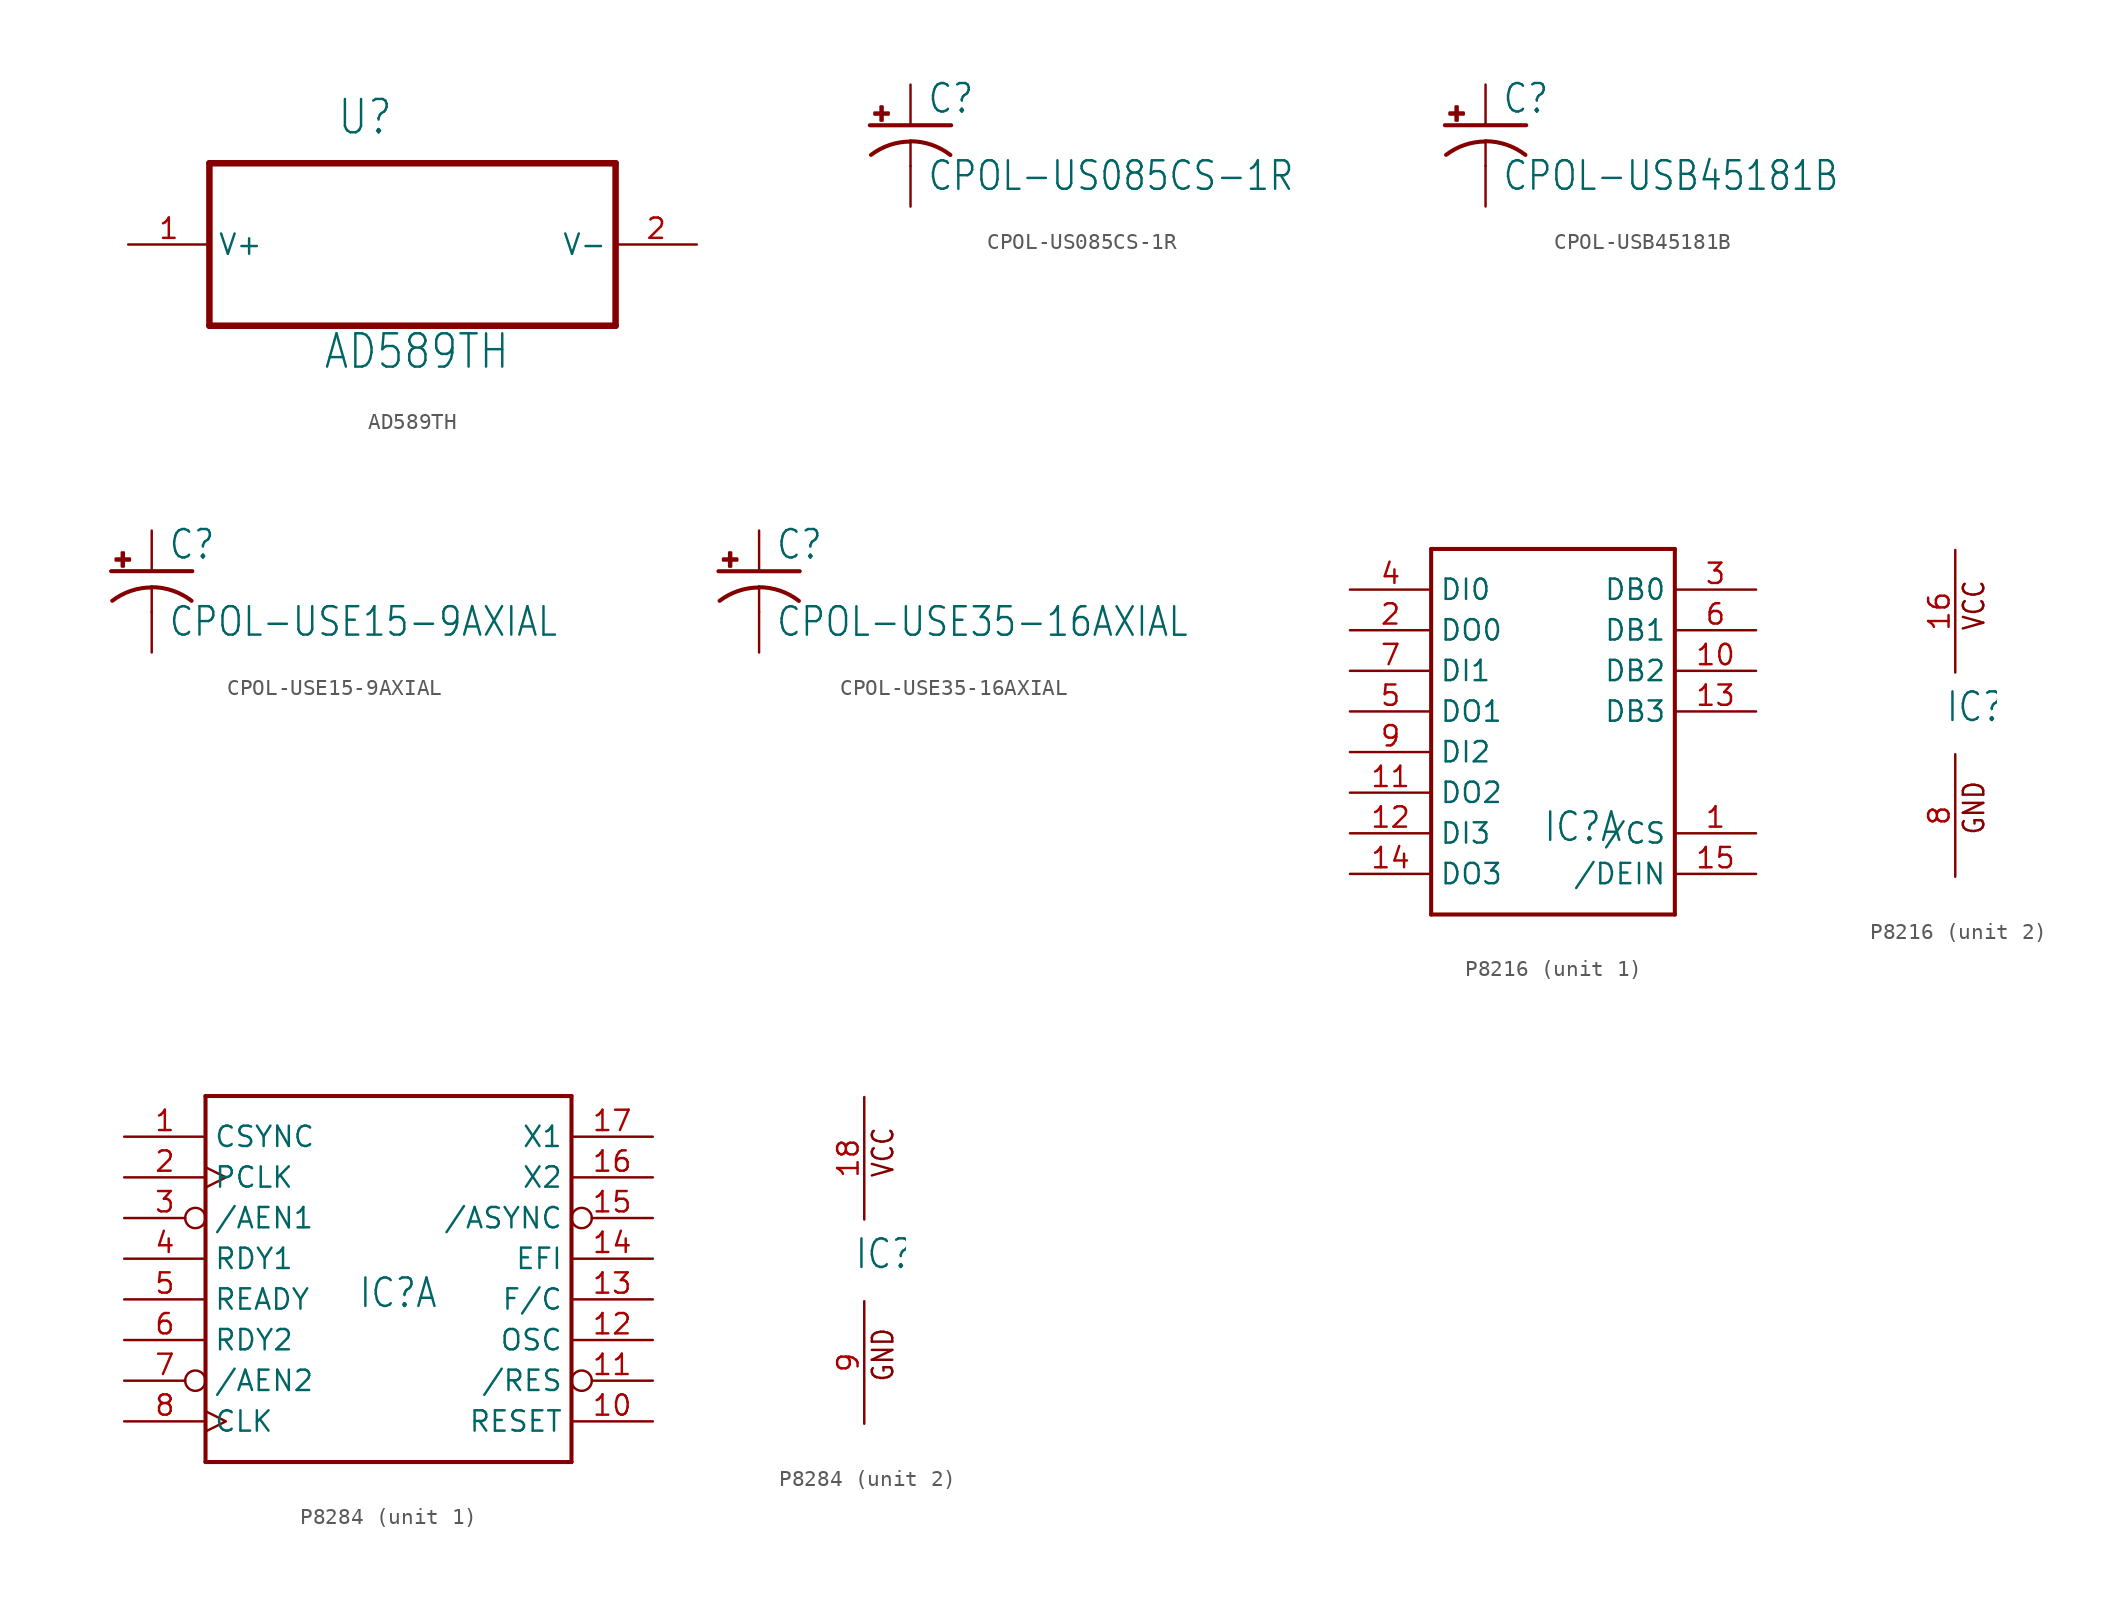
<source format=kicad_sym>
(kicad_symbol_lib
  (version 20211014)
  (generator kicad_symbol_editor)
  (symbol "AD589TH"
    (property "Reference" "U"
      (at -4.75 4.216 0)
      (effects (font (size 2.083 1.77)) (justify left bottom)))
    (property "Value" "AD589TH"
      (at -5.613 -10.439 0)
      (effects (font (size 2.083 1.77)) (justify left bottom)))
    (property "ki_locked" ""
      (at 0 0 0)
      (effects (font (size 1.27 1.27))))
    (symbol "AD589TH_1_0"
      (polyline (pts (xy -12.7 -7.62) (xy 12.7 -7.62)) (stroke (width 0.406) (type default) (color 0 0 0 0)) (fill (type none)))
      (polyline (pts (xy -12.7 2.54) (xy -12.7 -7.62)) (stroke (width 0.406) (type default) (color 0 0 0 0)) (fill (type none)))
      (polyline (pts (xy 12.7 -7.62) (xy 12.7 2.54)) (stroke (width 0.406) (type default) (color 0 0 0 0)) (fill (type none)))
      (polyline (pts (xy 12.7 2.54) (xy -12.7 2.54)) (stroke (width 0.406) (type default) (color 0 0 0 0)) (fill (type none)))
      (pin passive line (at -17.78 -2.54 0) (length 5.08) (name "V+" (effects (font (size 1.27 1.27)))) (number "1" (effects (font (size 1.27 1.27)))))
      (pin passive line (at 17.78 -2.54 180) (length 5.08) (name "V-" (effects (font (size 1.27 1.27)))) (number "2" (effects (font (size 1.27 1.27)))))))
  (symbol "CPOL-US085CS-1R"
    (property "Reference" "C"
      (at 1.016 0.635 0)
      (effects (font (size 1.778 1.511)) (justify left bottom)))
    (property "Value" "CPOL-US085CS-1R"
      (at 1.016 -4.191 0)
      (effects (font (size 1.778 1.511)) (justify left bottom)))
    (property "ki_locked" ""
      (at 0 0 0)
      (effects (font (size 1.27 1.27))))
    (symbol "CPOL-US085CS-1R_1_0"
      (rectangle (start -2.253 0.668) (end -1.364 0.795) (stroke (width 0) (type default) (color 0 0 0 0)) (fill (type outline)))
      (rectangle (start -1.872 0.287) (end -1.745 1.176) (stroke (width 0) (type default) (color 0 0 0 0)) (fill (type outline)))
      (arc (start 0 -1.0161) (mid -1.3021 -1.2302) (end -2.4669 -1.8504) (stroke (width 0.254) (type default) (color 0 0 0 0)) (fill (type none)))
      (polyline (pts (xy -2.54 0) (xy 2.54 0)) (stroke (width 0.254) (type default) (color 0 0 0 0)) (fill (type none)))
      (polyline (pts (xy 0 -1.016) (xy 0 -2.54)) (stroke (width 0.152) (type default) (color 0 0 0 0)) (fill (type none)))
      (arc (start 2.4892 -1.8542) (mid 1.3158 -1.2195) (end 0 -1) (stroke (width 0.254) (type default) (color 0 0 0 0)) (fill (type none)))
      (pin passive line (at 0 2.54 270) (length 2.54) (name "+" (effects (font (size 0 0)))) (number "+" (effects (font (size 0 0)))))
      (pin passive line (at 0 -5.08 90) (length 2.54) (name "-" (effects (font (size 0 0)))) (number "-" (effects (font (size 0 0)))))))
  (symbol "CPOL-USB45181B"
    (property "Reference" "C"
      (at 1.016 0.635 0)
      (effects (font (size 1.778 1.511)) (justify left bottom)))
    (property "Value" "CPOL-USB45181B"
      (at 1.016 -4.191 0)
      (effects (font (size 1.778 1.511)) (justify left bottom)))
    (property "ki_locked" ""
      (at 0 0 0)
      (effects (font (size 1.27 1.27))))
    (symbol "CPOL-USB45181B_1_0"
      (rectangle (start -2.253 0.668) (end -1.364 0.795) (stroke (width 0) (type default) (color 0 0 0 0)) (fill (type outline)))
      (rectangle (start -1.872 0.287) (end -1.745 1.176) (stroke (width 0) (type default) (color 0 0 0 0)) (fill (type outline)))
      (arc (start 0 -1.0161) (mid -1.3021 -1.2302) (end -2.4669 -1.8504) (stroke (width 0.254) (type default) (color 0 0 0 0)) (fill (type none)))
      (polyline (pts (xy -2.54 0) (xy 2.54 0)) (stroke (width 0.254) (type default) (color 0 0 0 0)) (fill (type none)))
      (polyline (pts (xy 0 -1.016) (xy 0 -2.54)) (stroke (width 0.152) (type default) (color 0 0 0 0)) (fill (type none)))
      (arc (start 2.4892 -1.8542) (mid 1.3158 -1.2195) (end 0 -1) (stroke (width 0.254) (type default) (color 0 0 0 0)) (fill (type none)))
      (pin passive line (at 0 2.54 270) (length 2.54) (name "+" (effects (font (size 0 0)))) (number "+" (effects (font (size 0 0)))))
      (pin passive line (at 0 -5.08 90) (length 2.54) (name "-" (effects (font (size 0 0)))) (number "-" (effects (font (size 0 0)))))))
  (symbol "CPOL-USE15-9AXIAL"
    (property "Reference" "C"
      (at 1.016 0.635 0)
      (effects (font (size 1.778 1.511)) (justify left bottom)))
    (property "Value" "CPOL-USE15-9AXIAL"
      (at 1.016 -4.191 0)
      (effects (font (size 1.778 1.511)) (justify left bottom)))
    (property "ki_locked" ""
      (at 0 0 0)
      (effects (font (size 1.27 1.27))))
    (symbol "CPOL-USE15-9AXIAL_1_0"
      (rectangle (start -2.253 0.668) (end -1.364 0.795) (stroke (width 0) (type default) (color 0 0 0 0)) (fill (type outline)))
      (rectangle (start -1.872 0.287) (end -1.745 1.176) (stroke (width 0) (type default) (color 0 0 0 0)) (fill (type outline)))
      (arc (start 0 -1.0161) (mid -1.3021 -1.2302) (end -2.4669 -1.8504) (stroke (width 0.254) (type default) (color 0 0 0 0)) (fill (type none)))
      (polyline (pts (xy -2.54 0) (xy 2.54 0)) (stroke (width 0.254) (type default) (color 0 0 0 0)) (fill (type none)))
      (polyline (pts (xy 0 -1.016) (xy 0 -2.54)) (stroke (width 0.152) (type default) (color 0 0 0 0)) (fill (type none)))
      (arc (start 2.4892 -1.8542) (mid 1.3158 -1.2195) (end 0 -1) (stroke (width 0.254) (type default) (color 0 0 0 0)) (fill (type none)))
      (pin passive line (at 0 2.54 270) (length 2.54) (name "+" (effects (font (size 0 0)))) (number "+" (effects (font (size 0 0)))))
      (pin passive line (at 0 -5.08 90) (length 2.54) (name "-" (effects (font (size 0 0)))) (number "-" (effects (font (size 0 0)))))))
  (symbol "CPOL-USE35-16AXIAL"
    (property "Reference" "C"
      (at 1.016 0.635 0)
      (effects (font (size 1.778 1.511)) (justify left bottom)))
    (property "Value" "CPOL-USE35-16AXIAL"
      (at 1.016 -4.191 0)
      (effects (font (size 1.778 1.511)) (justify left bottom)))
    (property "ki_locked" ""
      (at 0 0 0)
      (effects (font (size 1.27 1.27))))
    (symbol "CPOL-USE35-16AXIAL_1_0"
      (rectangle (start -2.253 0.668) (end -1.364 0.795) (stroke (width 0) (type default) (color 0 0 0 0)) (fill (type outline)))
      (rectangle (start -1.872 0.287) (end -1.745 1.176) (stroke (width 0) (type default) (color 0 0 0 0)) (fill (type outline)))
      (arc (start 0 -1.0161) (mid -1.3021 -1.2302) (end -2.4669 -1.8504) (stroke (width 0.254) (type default) (color 0 0 0 0)) (fill (type none)))
      (polyline (pts (xy -2.54 0) (xy 2.54 0)) (stroke (width 0.254) (type default) (color 0 0 0 0)) (fill (type none)))
      (polyline (pts (xy 0 -1.016) (xy 0 -2.54)) (stroke (width 0.152) (type default) (color 0 0 0 0)) (fill (type none)))
      (arc (start 2.4892 -1.8542) (mid 1.3158 -1.2195) (end 0 -1) (stroke (width 0.254) (type default) (color 0 0 0 0)) (fill (type none)))
      (pin passive line (at 0 2.54 270) (length 2.54) (name "+" (effects (font (size 0 0)))) (number "+" (effects (font (size 0 0)))))
      (pin passive line (at 0 -5.08 90) (length 2.54) (name "-" (effects (font (size 0 0)))) (number "-" (effects (font (size 0 0)))))))
  (symbol "P8216"
    (property "Reference" "IC"
      (at -0.635 -0.635 0)
      (effects (font (size 1.778 1.511)) (justify left bottom)))
    (property "ki_locked" ""
      (at 0 0 0)
      (effects (font (size 1.27 1.27))))
    (symbol "P8216_1_0"
      (polyline (pts (xy -7.62 -5.08) (xy 7.62 -5.08)) (stroke (width 0.254) (type default) (color 0 0 0 0)) (fill (type none)))
      (polyline (pts (xy -7.62 17.78) (xy -7.62 -5.08)) (stroke (width 0.254) (type default) (color 0 0 0 0)) (fill (type none)))
      (polyline (pts (xy 7.62 -5.08) (xy 7.62 17.78)) (stroke (width 0.254) (type default) (color 0 0 0 0)) (fill (type none)))
      (polyline (pts (xy 7.62 17.78) (xy -7.62 17.78)) (stroke (width 0.254) (type default) (color 0 0 0 0)) (fill (type none)))
      (pin bidirectional line (at 12.7 0 180) (length 5.08) (name "/CS" (effects (font (size 1.27 1.27)))) (number "1" (effects (font (size 1.27 1.27)))))
      (pin bidirectional line (at 12.7 10.16 180) (length 5.08) (name "DB2" (effects (font (size 1.27 1.27)))) (number "10" (effects (font (size 1.27 1.27)))))
      (pin bidirectional line (at -12.7 2.54 0) (length 5.08) (name "DO2" (effects (font (size 1.27 1.27)))) (number "11" (effects (font (size 1.27 1.27)))))
      (pin bidirectional line (at -12.7 0 0) (length 5.08) (name "DI3" (effects (font (size 1.27 1.27)))) (number "12" (effects (font (size 1.27 1.27)))))
      (pin bidirectional line (at 12.7 7.62 180) (length 5.08) (name "DB3" (effects (font (size 1.27 1.27)))) (number "13" (effects (font (size 1.27 1.27)))))
      (pin bidirectional line (at -12.7 -2.54 0) (length 5.08) (name "DO3" (effects (font (size 1.27 1.27)))) (number "14" (effects (font (size 1.27 1.27)))))
      (pin bidirectional line (at 12.7 -2.54 180) (length 5.08) (name "/DEIN" (effects (font (size 1.27 1.27)))) (number "15" (effects (font (size 1.27 1.27)))))
      (pin bidirectional line (at -12.7 12.7 0) (length 5.08) (name "DO0" (effects (font (size 1.27 1.27)))) (number "2" (effects (font (size 1.27 1.27)))))
      (pin bidirectional line (at 12.7 15.24 180) (length 5.08) (name "DB0" (effects (font (size 1.27 1.27)))) (number "3" (effects (font (size 1.27 1.27)))))
      (pin bidirectional line (at -12.7 15.24 0) (length 5.08) (name "DI0" (effects (font (size 1.27 1.27)))) (number "4" (effects (font (size 1.27 1.27)))))
      (pin bidirectional line (at -12.7 7.62 0) (length 5.08) (name "DO1" (effects (font (size 1.27 1.27)))) (number "5" (effects (font (size 1.27 1.27)))))
      (pin bidirectional line (at 12.7 12.7 180) (length 5.08) (name "DB1" (effects (font (size 1.27 1.27)))) (number "6" (effects (font (size 1.27 1.27)))))
      (pin bidirectional line (at -12.7 10.16 0) (length 5.08) (name "DI1" (effects (font (size 1.27 1.27)))) (number "7" (effects (font (size 1.27 1.27)))))
      (pin bidirectional line (at -12.7 5.08 0) (length 5.08) (name "DI2" (effects (font (size 1.27 1.27)))) (number "9" (effects (font (size 1.27 1.27))))))
    (symbol "P8216_2_0"
      (text "GND" (at 1.905 -7.62 900) (effects (font (size 1.27 1.079)) (justify left bottom)))
      (text "VCC" (at 1.905 5.08 900) (effects (font (size 1.27 1.079)) (justify left bottom)))
      (pin power_in line (at 0 10.16 270) (length 7.62) (name "VCC" (effects (font (size 0 0)))) (number "16" (effects (font (size 1.27 1.27)))))
      (pin power_in line (at 0 -10.16 90) (length 7.62) (name "GND" (effects (font (size 0 0)))) (number "8" (effects (font (size 1.27 1.27)))))))
  (symbol "P8284"
    (property "Reference" "IC"
      (at -0.635 -0.635 0)
      (effects (font (size 1.778 1.511)) (justify left bottom)))
    (property "ki_locked" ""
      (at 0 0 0)
      (effects (font (size 1.27 1.27))))
    (symbol "P8284_1_0"
      (polyline (pts (xy -10.16 -10.16) (xy 12.7 -10.16)) (stroke (width 0.254) (type default) (color 0 0 0 0)) (fill (type none)))
      (polyline (pts (xy -10.16 12.7) (xy -10.16 -10.16)) (stroke (width 0.254) (type default) (color 0 0 0 0)) (fill (type none)))
      (polyline (pts (xy 12.7 -10.16) (xy 12.7 12.7)) (stroke (width 0.254) (type default) (color 0 0 0 0)) (fill (type none)))
      (polyline (pts (xy 12.7 12.7) (xy -10.16 12.7)) (stroke (width 0.254) (type default) (color 0 0 0 0)) (fill (type none)))
      (pin bidirectional line (at -15.24 10.16 0) (length 5.08) (name "CSYNC" (effects (font (size 1.27 1.27)))) (number "1" (effects (font (size 1.27 1.27)))))
      (pin bidirectional line (at 17.78 -7.62 180) (length 5.08) (name "RESET" (effects (font (size 1.27 1.27)))) (number "10" (effects (font (size 1.27 1.27)))))
      (pin bidirectional inverted (at 17.78 -5.08 180) (length 5.08) (name "/RES" (effects (font (size 1.27 1.27)))) (number "11" (effects (font (size 1.27 1.27)))))
      (pin bidirectional line (at 17.78 -2.54 180) (length 5.08) (name "OSC" (effects (font (size 1.27 1.27)))) (number "12" (effects (font (size 1.27 1.27)))))
      (pin bidirectional line (at 17.78 0 180) (length 5.08) (name "F/C" (effects (font (size 1.27 1.27)))) (number "13" (effects (font (size 1.27 1.27)))))
      (pin bidirectional line (at 17.78 2.54 180) (length 5.08) (name "EFI" (effects (font (size 1.27 1.27)))) (number "14" (effects (font (size 1.27 1.27)))))
      (pin bidirectional inverted (at 17.78 5.08 180) (length 5.08) (name "/ASYNC" (effects (font (size 1.27 1.27)))) (number "15" (effects (font (size 1.27 1.27)))))
      (pin bidirectional line (at 17.78 7.62 180) (length 5.08) (name "X2" (effects (font (size 1.27 1.27)))) (number "16" (effects (font (size 1.27 1.27)))))
      (pin bidirectional line (at 17.78 10.16 180) (length 5.08) (name "X1" (effects (font (size 1.27 1.27)))) (number "17" (effects (font (size 1.27 1.27)))))
      (pin bidirectional clock (at -15.24 7.62 0) (length 5.08) (name "PCLK" (effects (font (size 1.27 1.27)))) (number "2" (effects (font (size 1.27 1.27)))))
      (pin bidirectional inverted (at -15.24 5.08 0) (length 5.08) (name "/AEN1" (effects (font (size 1.27 1.27)))) (number "3" (effects (font (size 1.27 1.27)))))
      (pin bidirectional line (at -15.24 2.54 0) (length 5.08) (name "RDY1" (effects (font (size 1.27 1.27)))) (number "4" (effects (font (size 1.27 1.27)))))
      (pin bidirectional line (at -15.24 0 0) (length 5.08) (name "READY" (effects (font (size 1.27 1.27)))) (number "5" (effects (font (size 1.27 1.27)))))
      (pin bidirectional line (at -15.24 -2.54 0) (length 5.08) (name "RDY2" (effects (font (size 1.27 1.27)))) (number "6" (effects (font (size 1.27 1.27)))))
      (pin bidirectional inverted (at -15.24 -5.08 0) (length 5.08) (name "/AEN2" (effects (font (size 1.27 1.27)))) (number "7" (effects (font (size 1.27 1.27)))))
      (pin bidirectional clock (at -15.24 -7.62 0) (length 5.08) (name "CLK" (effects (font (size 1.27 1.27)))) (number "8" (effects (font (size 1.27 1.27))))))
    (symbol "P8284_2_0"
      (text "GND" (at 1.905 -7.62 900) (effects (font (size 1.27 1.079)) (justify left bottom)))
      (text "VCC" (at 1.905 5.08 900) (effects (font (size 1.27 1.079)) (justify left bottom)))
      (pin power_in line (at 0 10.16 270) (length 7.62) (name "VCC" (effects (font (size 0 0)))) (number "18" (effects (font (size 1.27 1.27)))))
      (pin power_in line (at 0 -10.16 90) (length 7.62) (name "GND" (effects (font (size 0 0)))) (number "9" (effects (font (size 1.27 1.27))))))))
</source>
